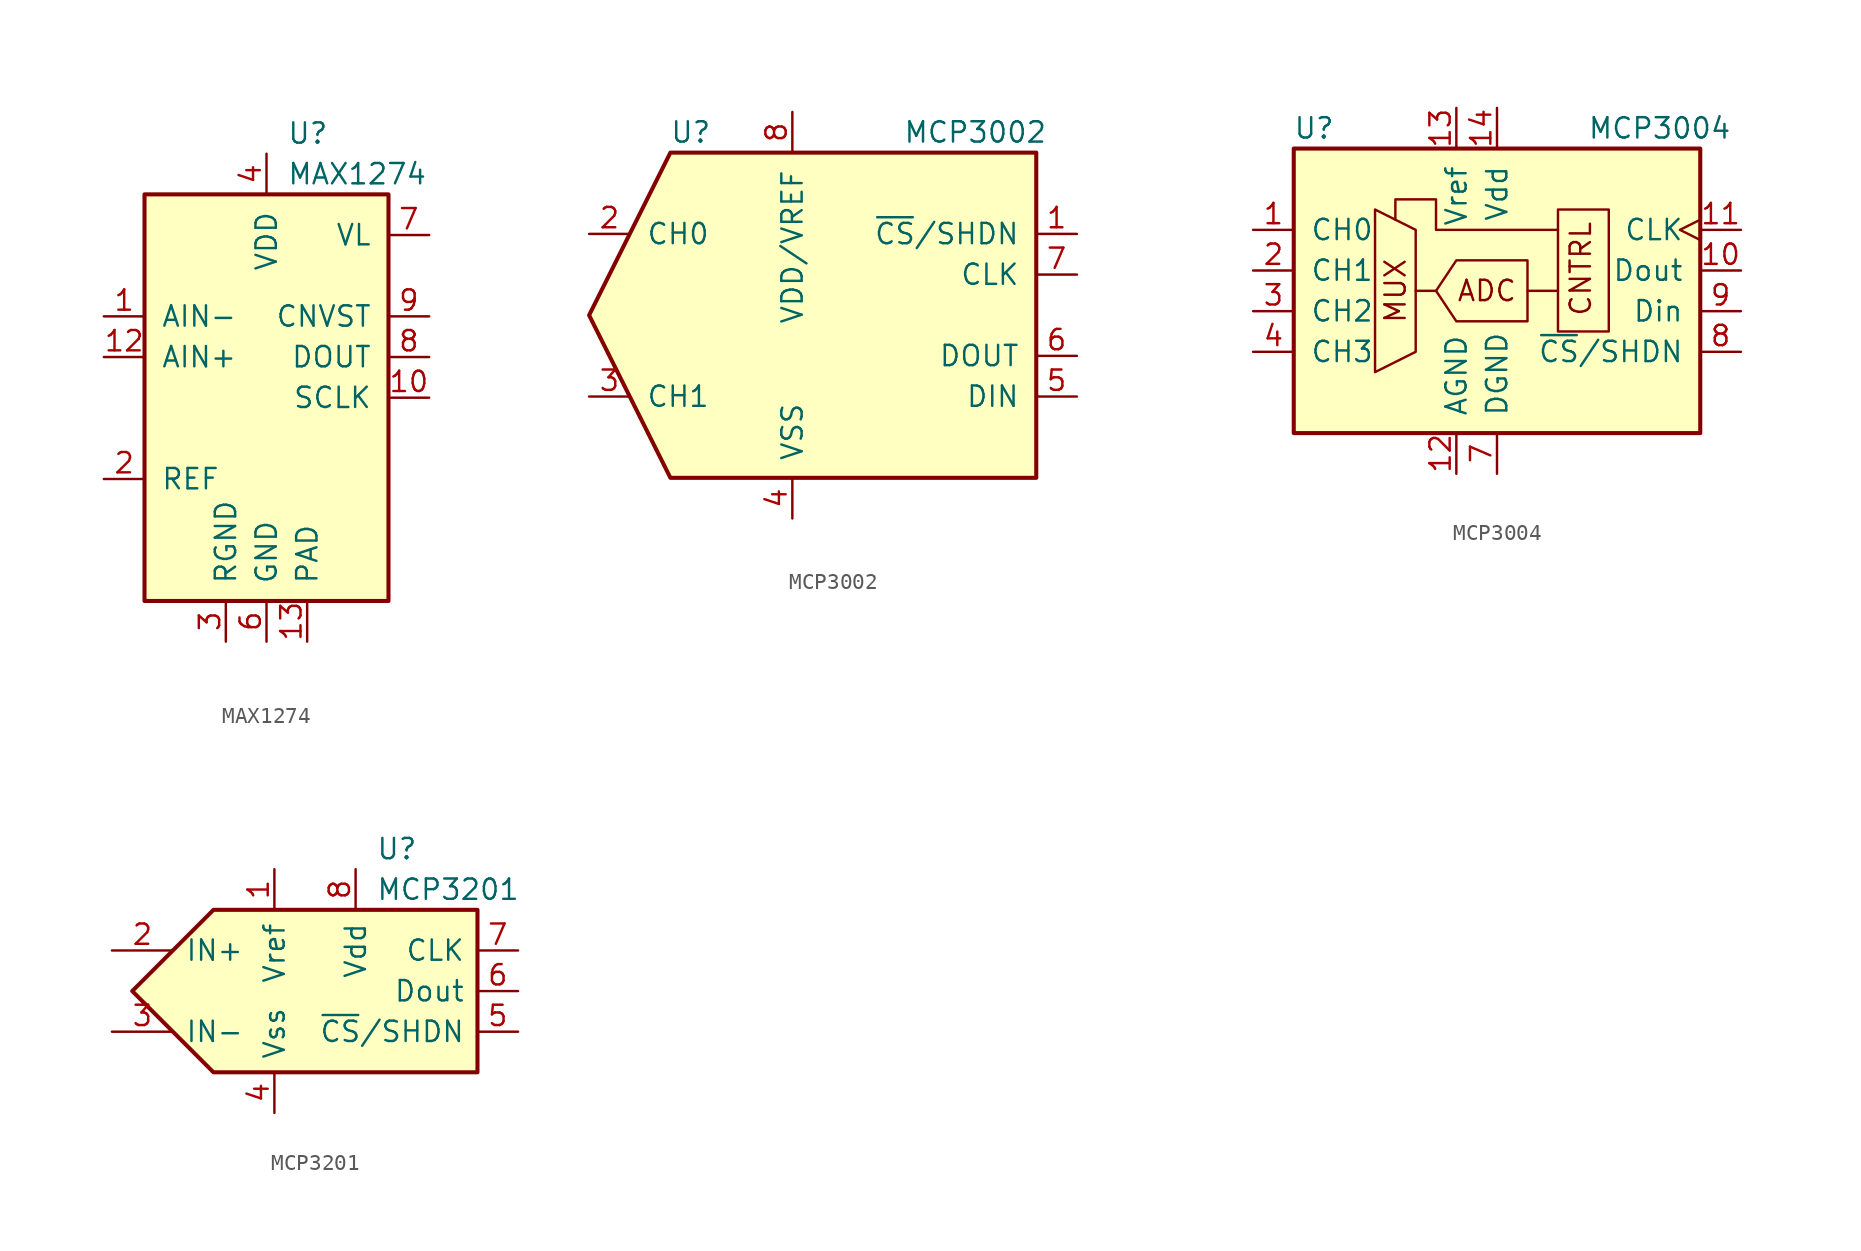
<source format=kicad_sym>
(kicad_symbol_lib
  (version 20201005)
  (generator kicad_symbol_editor)
  (symbol "MAX1274"
    (pin_names
      (offset 1.016))
    (property "Reference" "U"
      (at 1.27 16.51 0)
      (effects (font (size 1.27 1.27)) (justify left)))
    (property "Value" "MAX1274"
      (at 1.27 13.97 0)
      (effects (font (size 1.27 1.27)) (justify left)))
    (symbol "MAX1274_1_1"
      (rectangle (start -7.62 12.7) (end 7.62 -12.7) (stroke (width 0.254)) (fill (type background)))
      (pin input line (at -10.16 5.08 0) (length 2.54) (name "AIN-" (effects (font (size 1.27 1.27)))) (number "1" (effects (font (size 1.27 1.27)))))
      (pin input line (at 10.16 0 180) (length 2.54) (name "SCLK" (effects (font (size 1.27 1.27)))) (number "10" (effects (font (size 1.27 1.27)))))
      (pin no_connect line (at 10.16 -5.08 180) (length 2.54) hide (name "NC" (effects (font (size 1.27 1.27)))) (number "11" (effects (font (size 1.27 1.27)))))
      (pin input line (at -10.16 2.54 0) (length 2.54) (name "AIN+" (effects (font (size 1.27 1.27)))) (number "12" (effects (font (size 1.27 1.27)))))
      (pin power_in line (at 2.54 -15.24 90) (length 2.54) (name "PAD" (effects (font (size 1.27 1.27)))) (number "13" (effects (font (size 1.27 1.27)))))
      (pin input line (at -10.16 -5.08 0) (length 2.54) (name "REF" (effects (font (size 1.27 1.27)))) (number "2" (effects (font (size 1.27 1.27)))))
      (pin power_in line (at -2.54 -15.24 90) (length 2.54) (name "RGND" (effects (font (size 1.27 1.27)))) (number "3" (effects (font (size 1.27 1.27)))))
      (pin power_in line (at 0 15.24 270) (length 2.54) (name "VDD" (effects (font (size 1.27 1.27)))) (number "4" (effects (font (size 1.27 1.27)))))
      (pin no_connect line (at 10.16 -7.62 180) (length 2.54) hide (name "NC" (effects (font (size 1.27 1.27)))) (number "5" (effects (font (size 1.27 1.27)))))
      (pin power_in line (at 0 -15.24 90) (length 2.54) (name "GND" (effects (font (size 1.27 1.27)))) (number "6" (effects (font (size 1.27 1.27)))))
      (pin power_in line (at 10.16 10.16 180) (length 2.54) (name "VL" (effects (font (size 1.27 1.27)))) (number "7" (effects (font (size 1.27 1.27)))))
      (pin output line (at 10.16 2.54 180) (length 2.54) (name "DOUT" (effects (font (size 1.27 1.27)))) (number "8" (effects (font (size 1.27 1.27)))))
      (pin input line (at 10.16 5.08 180) (length 2.54) (name "CNVST" (effects (font (size 1.27 1.27)))) (number "9" (effects (font (size 1.27 1.27)))))))
  (symbol "MCP3002"
    (pin_names
      (offset 1.016))
    (property "Reference" "U"
      (at -6.35 11.43 0)
      (effects (font (size 1.27 1.27))))
    (property "Value" "MCP3002"
      (at 11.43 11.43 0)
      (effects (font (size 1.27 1.27))))
    (symbol "MCP3002_0_1"
      (polyline (pts (xy 15.24 10.16) (xy -7.62 10.16) (xy -12.7 0) (xy -7.62 -10.16) (xy 15.24 -10.16) (xy 15.24 10.16)) (stroke (width 0.254)) (fill (type background))))
    (symbol "MCP3002_1_1"
      (pin input line (at 17.78 5.08 180) (length 2.54) (name "~CS~/SHDN" (effects (font (size 1.27 1.27)))) (number "1" (effects (font (size 1.27 1.27)))))
      (pin passive line (at -12.7 5.08 0) (length 2.54) (name "CH0" (effects (font (size 1.27 1.27)))) (number "2" (effects (font (size 1.27 1.27)))))
      (pin passive line (at -12.7 -5.08 0) (length 2.54) (name "CH1" (effects (font (size 1.27 1.27)))) (number "3" (effects (font (size 1.27 1.27)))))
      (pin power_in line (at 0 -12.7 90) (length 2.54) (name "VSS" (effects (font (size 1.27 1.27)))) (number "4" (effects (font (size 1.27 1.27)))))
      (pin input line (at 17.78 -5.08 180) (length 2.54) (name "DIN" (effects (font (size 1.27 1.27)))) (number "5" (effects (font (size 1.27 1.27)))))
      (pin output line (at 17.78 -2.54 180) (length 2.54) (name "DOUT" (effects (font (size 1.27 1.27)))) (number "6" (effects (font (size 1.27 1.27)))))
      (pin input line (at 17.78 2.54 180) (length 2.54) (name "CLK" (effects (font (size 1.27 1.27)))) (number "7" (effects (font (size 1.27 1.27)))))
      (pin power_in line (at 0 12.7 270) (length 2.54) (name "VDD/VREF" (effects (font (size 1.27 1.27)))) (number "8" (effects (font (size 1.27 1.27)))))))
  (symbol "MCP3004"
    (pin_names
      (offset 1.016))
    (property "Reference" "U"
      (at -11.43 8.89 0)
      (effects (font (size 1.27 1.27))))
    (property "Value" "MCP3004"
      (at 10.16 8.89 0)
      (effects (font (size 1.27 1.27))))
    (symbol "MCP3004_0_0"
      (text "ADC" (at -0.635 -1.27 0) (effects (font (size 1.27 1.27))))
      (text "CNTRL" (at 5.969 -2.921 900) (effects (font (size 1.27 1.27)) (justify left bottom)))
      (text "MUX" (at -6.35 -1.27 900) (effects (font (size 1.27 1.27)))))
    (symbol "MCP3004_0_1"
      (rectangle (start 3.81 -3.81) (end 6.985 3.81) (stroke (width 0)) (fill (type none)))
      (rectangle (start 12.7 7.62) (end -12.7 -10.16) (stroke (width 0.254)) (fill (type background)))
      (polyline (pts (xy -5.08 -1.27) (xy -3.81 -1.27)) (stroke (width 0)) (fill (type none)))
      (polyline (pts (xy 1.905 -1.27) (xy 3.81 -1.27)) (stroke (width 0)) (fill (type none)))
      (polyline (pts (xy -7.62 3.81) (xy -7.62 -6.35) (xy -5.08 -5.08) (xy -5.08 2.54) (xy -7.62 3.81)) (stroke (width 0)) (fill (type none)))
      (polyline (pts (xy 3.81 2.54) (xy -3.81 2.54) (xy -3.81 4.445) (xy -6.35 4.445) (xy -6.35 3.175)) (stroke (width 0)) (fill (type none)))
      (polyline (pts (xy -3.81 -1.27) (xy -2.54 0.635) (xy 1.905 0.635) (xy 1.905 -3.175) (xy -2.54 -3.175) (xy -3.81 -1.27)) (stroke (width 0)) (fill (type none))))
    (symbol "MCP3004_1_1"
      (pin input line (at -15.24 2.54 0) (length 2.54) (name "CH0" (effects (font (size 1.27 1.27)))) (number "1" (effects (font (size 1.27 1.27)))))
      (pin output line (at 15.24 0 180) (length 2.54) (name "Dout" (effects (font (size 1.27 1.27)))) (number "10" (effects (font (size 1.27 1.27)))))
      (pin input clock (at 15.24 2.54 180) (length 2.54) (name "CLK" (effects (font (size 1.27 1.27)))) (number "11" (effects (font (size 1.27 1.27)))))
      (pin power_in line (at -2.54 -12.7 90) (length 2.54) (name "AGND" (effects (font (size 1.27 1.27)))) (number "12" (effects (font (size 1.27 1.27)))))
      (pin power_in line (at -2.54 10.16 270) (length 2.54) (name "Vref" (effects (font (size 1.27 1.27)))) (number "13" (effects (font (size 1.27 1.27)))))
      (pin power_in line (at 0 10.16 270) (length 2.54) (name "Vdd" (effects (font (size 1.27 1.27)))) (number "14" (effects (font (size 1.27 1.27)))))
      (pin input line (at -15.24 0 0) (length 2.54) (name "CH1" (effects (font (size 1.27 1.27)))) (number "2" (effects (font (size 1.27 1.27)))))
      (pin input line (at -15.24 -2.54 0) (length 2.54) (name "CH2" (effects (font (size 1.27 1.27)))) (number "3" (effects (font (size 1.27 1.27)))))
      (pin input line (at -15.24 -5.08 0) (length 2.54) (name "CH3" (effects (font (size 1.27 1.27)))) (number "4" (effects (font (size 1.27 1.27)))))
      (pin no_connect line (at -15.24 5.08 0) (length 2.54) hide (name "NC" (effects (font (size 1.27 1.27)))) (number "5" (effects (font (size 1.27 1.27)))))
      (pin no_connect line (at -15.24 -7.62 0) (length 2.54) hide (name "NC" (effects (font (size 1.27 1.27)))) (number "6" (effects (font (size 1.27 1.27)))))
      (pin power_in line (at 0 -12.7 90) (length 2.54) (name "DGND" (effects (font (size 1.27 1.27)))) (number "7" (effects (font (size 1.27 1.27)))))
      (pin input line (at 15.24 -5.08 180) (length 2.54) (name "~CS~/SHDN" (effects (font (size 1.27 1.27)))) (number "8" (effects (font (size 1.27 1.27)))))
      (pin input line (at 15.24 -2.54 180) (length 2.54) (name "Din" (effects (font (size 1.27 1.27)))) (number "9" (effects (font (size 1.27 1.27)))))))
  (symbol "MCP3201"
    (pin_names
      (offset 0.762))
    (property "Reference" "U"
      (at 3.81 8.89 0)
      (effects (font (size 1.27 1.27)) (justify left)))
    (property "Value" "MCP3201"
      (at 3.81 6.35 0)
      (effects (font (size 1.27 1.27)) (justify left)))
    (symbol "MCP3201_0_0"
      (polyline (pts (xy -11.43 0) (xy -6.35 5.08) (xy 10.16 5.08) (xy 10.16 -5.08) (xy -6.35 -5.08) (xy -11.43 0)) (stroke (width 0.254)) (fill (type background))))
    (symbol "MCP3201_1_1"
      (pin power_in line (at -2.54 7.62 270) (length 2.54) (name "Vref" (effects (font (size 1.27 1.27)))) (number "1" (effects (font (size 1.27 1.27)))))
      (pin input line (at -12.7 2.54 0) (length 3.81) (name "IN+" (effects (font (size 1.27 1.27)))) (number "2" (effects (font (size 1.27 1.27)))))
      (pin input line (at -12.7 -2.54 0) (length 3.81) (name "IN-" (effects (font (size 1.27 1.27)))) (number "3" (effects (font (size 1.27 1.27)))))
      (pin power_in line (at -2.54 -7.62 90) (length 2.54) (name "Vss" (effects (font (size 1.27 1.27)))) (number "4" (effects (font (size 1.27 1.27)))))
      (pin input line (at 12.7 -2.54 180) (length 2.54) (name "~CS~/SHDN" (effects (font (size 1.27 1.27)))) (number "5" (effects (font (size 1.27 1.27)))))
      (pin output line (at 12.7 0 180) (length 2.54) (name "Dout" (effects (font (size 1.27 1.27)))) (number "6" (effects (font (size 1.27 1.27)))))
      (pin input line (at 12.7 2.54 180) (length 2.54) (name "CLK" (effects (font (size 1.27 1.27)))) (number "7" (effects (font (size 1.27 1.27)))))
      (pin power_in line (at 2.54 7.62 270) (length 2.54) (name "Vdd" (effects (font (size 1.27 1.27)))) (number "8" (effects (font (size 1.27 1.27))))))))
</source>
